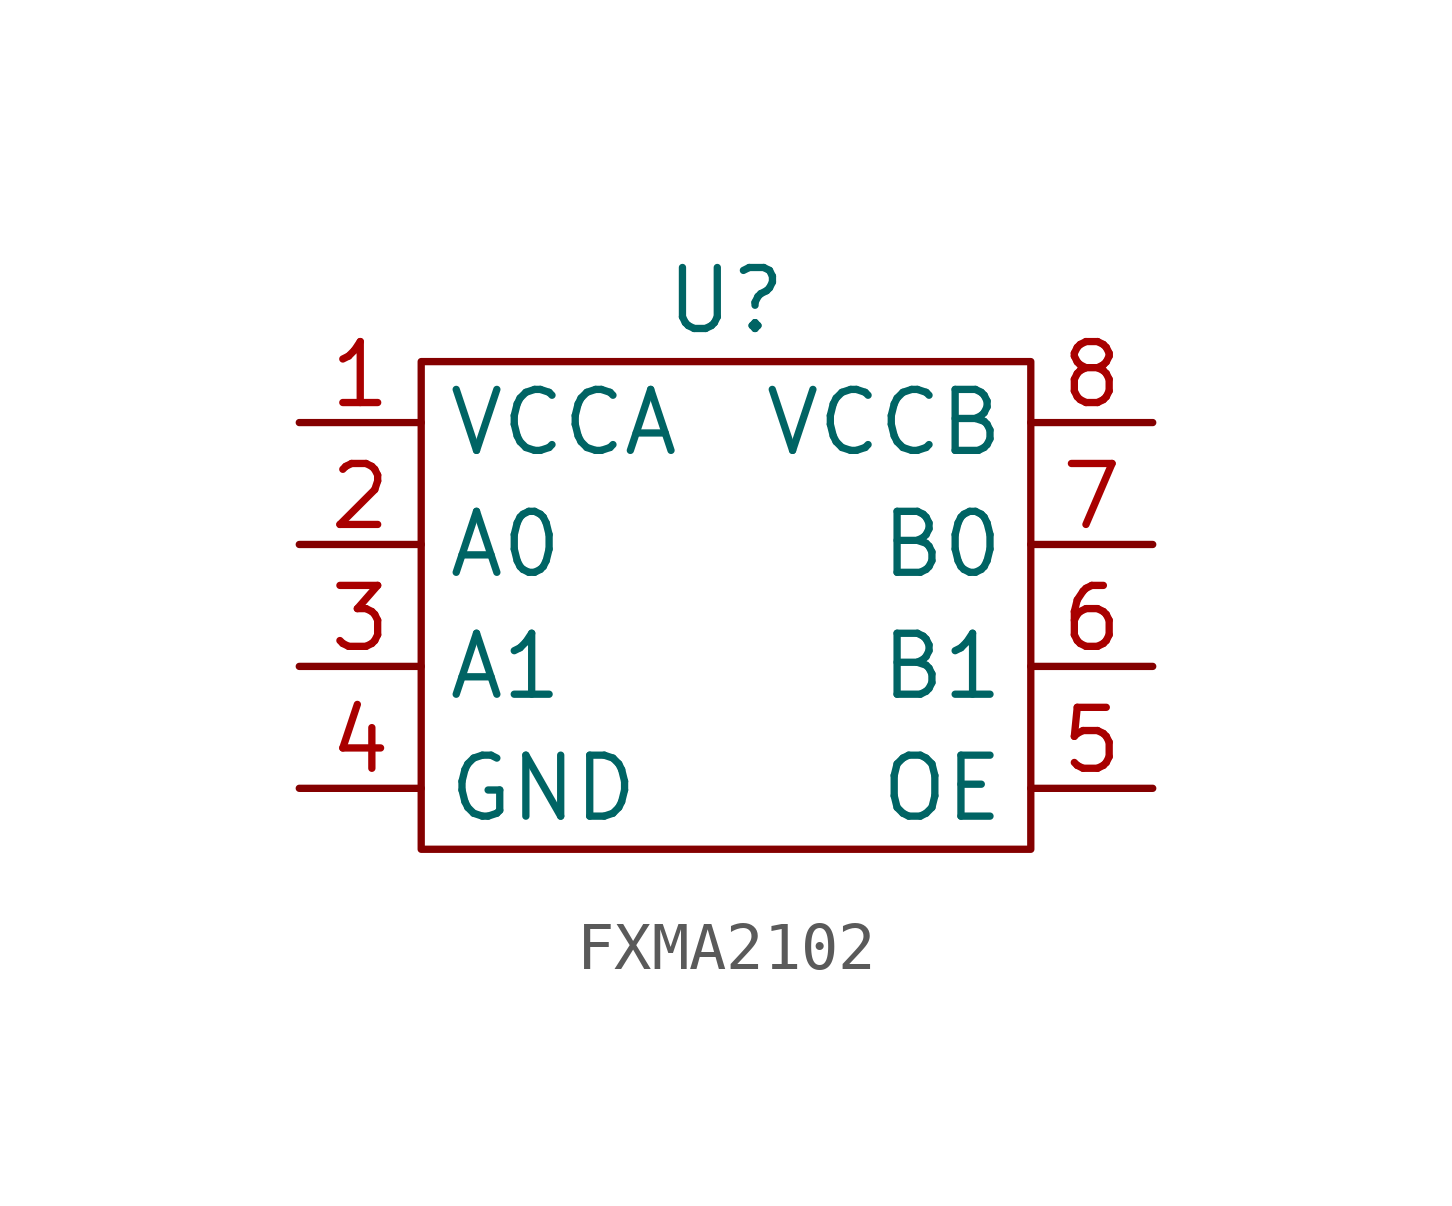
<source format=kicad_sym>
(kicad_symbol_lib
  (version 20241209)
  (generator "kicad_symbol_editor")
  (generator_version "9.0")
  (symbol "FXMA2102"
    (property "Reference" "U"
      (at 0 3.81 0)
      (effects (font (size 1.27 1.27))))
    (property "Value" ""
      (at 0 0 0)
      (effects (font (size 1.27 1.27))))
    (symbol "FXMA2102_0_1"
      (rectangle (start -6.35 2.54) (end 6.35 -7.62) (stroke (width 0) (type default)) (fill (type none))))
    (symbol "FXMA2102_1_1"
      (pin input line (at -8.89 1.27 0) (length 2.54) (name "VCCA" (effects (font (size 1.27 1.27)))) (number "1" (effects (font (size 1.27 1.27)))))
      (pin passive line (at -8.89 -1.27 0) (length 2.54) (name "A0" (effects (font (size 1.27 1.27)))) (number "2" (effects (font (size 1.27 1.27)))))
      (pin passive line (at -8.89 -3.81 0) (length 2.54) (name "A1" (effects (font (size 1.27 1.27)))) (number "3" (effects (font (size 1.27 1.27)))))
      (pin passive line (at -8.89 -6.35 0) (length 2.54) (name "GND" (effects (font (size 1.27 1.27)))) (number "4" (effects (font (size 1.27 1.27)))))
      (pin passive line (at 8.89 1.27 180) (length 2.54) (name "VCCB" (effects (font (size 1.27 1.27)))) (number "8" (effects (font (size 1.27 1.27)))))
      (pin passive line (at 8.89 -1.27 180) (length 2.54) (name "B0" (effects (font (size 1.27 1.27)))) (number "7" (effects (font (size 1.27 1.27)))))
      (pin passive line (at 8.89 -3.81 180) (length 2.54) (name "B1" (effects (font (size 1.27 1.27)))) (number "6" (effects (font (size 1.27 1.27)))))
      (pin passive line (at 8.89 -6.35 180) (length 2.54) (name "OE" (effects (font (size 1.27 1.27)))) (number "5" (effects (font (size 1.27 1.27))))))))
</source>
